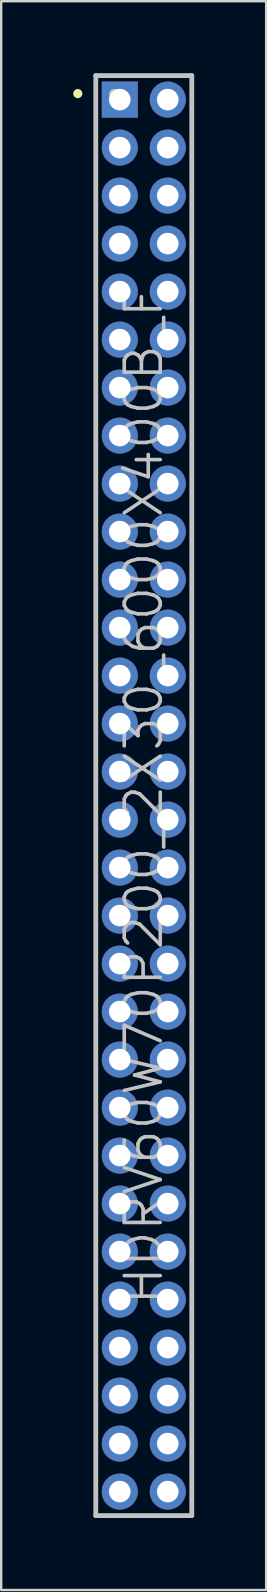
<source format=kicad_pcb>
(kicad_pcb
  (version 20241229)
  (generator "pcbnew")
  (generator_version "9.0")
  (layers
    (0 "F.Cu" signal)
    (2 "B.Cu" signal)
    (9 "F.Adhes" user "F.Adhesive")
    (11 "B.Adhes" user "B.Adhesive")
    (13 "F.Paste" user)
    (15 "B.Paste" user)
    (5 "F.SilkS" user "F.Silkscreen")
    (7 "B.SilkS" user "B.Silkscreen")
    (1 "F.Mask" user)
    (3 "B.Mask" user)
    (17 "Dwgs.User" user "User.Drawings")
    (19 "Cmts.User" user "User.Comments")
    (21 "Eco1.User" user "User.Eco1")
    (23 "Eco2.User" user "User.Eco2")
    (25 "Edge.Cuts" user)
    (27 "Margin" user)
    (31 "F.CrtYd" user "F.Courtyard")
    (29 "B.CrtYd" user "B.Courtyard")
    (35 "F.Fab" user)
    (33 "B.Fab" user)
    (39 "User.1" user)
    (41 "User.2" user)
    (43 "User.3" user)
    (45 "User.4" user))
  (footprint "HDRV60W70P200_2X30_6000X400B_F"
    (layer "F.Cu")
    (at 2.941 30.1)
    (property "Reference" "HDRV60W70P200_2X30_6000X400B_F" (at 0 0 90) (layer "Dwgs.User") (effects (font (size 1.5 1.5) (thickness 0.15))))
    (attr through_hole)
    (fp_line (start -2.75 -29.25) (end -2.75 -29.25) (stroke (width 0.381) (type solid)) (layer "F.SilkS"))
    (fp_line (start -2 -30) (end -2 30) (stroke (width 0.2) (type solid)) (layer "Dwgs.User"))
    (fp_line (start -2 -30) (end 2 -30) (stroke (width 0.2) (type solid)) (layer "Dwgs.User"))
    (fp_line (start -2 30) (end 2 30) (stroke (width 0.2) (type solid)) (layer "Dwgs.User"))
    (fp_line (start -1.25 -29.25) (end -1.25 -29.25) (stroke (width 0.381) (type solid)) (layer "Dwgs.User"))
    (fp_line (start 2 -30) (end 2 30) (stroke (width 0.2) (type solid)) (layer "Dwgs.User"))
    (pad "1" thru_hole rect (at -1 -29) (size 1.5 1.5) (drill 0.9) (layers "*.Cu" "*.Mask"))
    (pad "2" thru_hole circle (at 1 -29 270) (size 1.5 1.5) (drill 0.9) (layers "*.Cu" "*.Mask"))
    (pad "3" thru_hole circle (at -1 -27 270) (size 1.5 1.5) (drill 0.9) (layers "*.Cu" "*.Mask"))
    (pad "4" thru_hole circle (at 1 -27 270) (size 1.5 1.5) (drill 0.9) (layers "*.Cu" "*.Mask"))
    (pad "5" thru_hole circle (at -1 -25 270) (size 1.5 1.5) (drill 0.9) (layers "*.Cu" "*.Mask"))
    (pad "6" thru_hole circle (at 1 -25 270) (size 1.5 1.5) (drill 0.9) (layers "*.Cu" "*.Mask"))
    (pad "7" thru_hole circle (at -1 -23 270) (size 1.5 1.5) (drill 0.9) (layers "*.Cu" "*.Mask"))
    (pad "8" thru_hole circle (at 1 -23 270) (size 1.5 1.5) (drill 0.9) (layers "*.Cu" "*.Mask"))
    (pad "9" thru_hole circle (at -1 -21 270) (size 1.5 1.5) (drill 0.9) (layers "*.Cu" "*.Mask"))
    (pad "10" thru_hole circle (at 1 -21 270) (size 1.5 1.5) (drill 0.9) (layers "*.Cu" "*.Mask"))
    (pad "11" thru_hole circle (at -1 -19 270) (size 1.5 1.5) (drill 0.9) (layers "*.Cu" "*.Mask"))
    (pad "12" thru_hole circle (at 1 -19 270) (size 1.5 1.5) (drill 0.9) (layers "*.Cu" "*.Mask"))
    (pad "13" thru_hole circle (at -1 -17 270) (size 1.5 1.5) (drill 0.9) (layers "*.Cu" "*.Mask"))
    (pad "14" thru_hole circle (at 1 -17 270) (size 1.5 1.5) (drill 0.9) (layers "*.Cu" "*.Mask"))
    (pad "15" thru_hole circle (at -1 -15 270) (size 1.5 1.5) (drill 0.9) (layers "*.Cu" "*.Mask"))
    (pad "16" thru_hole circle (at 1 -15 270) (size 1.5 1.5) (drill 0.9) (layers "*.Cu" "*.Mask"))
    (pad "17" thru_hole circle (at -1 -13 270) (size 1.5 1.5) (drill 0.9) (layers "*.Cu" "*.Mask"))
    (pad "18" thru_hole circle (at 1 -13 270) (size 1.5 1.5) (drill 0.9) (layers "*.Cu" "*.Mask"))
    (pad "19" thru_hole circle (at -1 -11 270) (size 1.5 1.5) (drill 0.9) (layers "*.Cu" "*.Mask"))
    (pad "20" thru_hole circle (at 1 -11 270) (size 1.5 1.5) (drill 0.9) (layers "*.Cu" "*.Mask"))
    (pad "21" thru_hole circle (at -1 -9 270) (size 1.5 1.5) (drill 0.9) (layers "*.Cu" "*.Mask"))
    (pad "22" thru_hole circle (at 1 -9 270) (size 1.5 1.5) (drill 0.9) (layers "*.Cu" "*.Mask"))
    (pad "23" thru_hole circle (at -1 -7 270) (size 1.5 1.5) (drill 0.9) (layers "*.Cu" "*.Mask"))
    (pad "24" thru_hole circle (at 1 -7 270) (size 1.5 1.5) (drill 0.9) (layers "*.Cu" "*.Mask"))
    (pad "25" thru_hole circle (at -1 -5 270) (size 1.5 1.5) (drill 0.9) (layers "*.Cu" "*.Mask"))
    (pad "26" thru_hole circle (at 1 -5 270) (size 1.5 1.5) (drill 0.9) (layers "*.Cu" "*.Mask"))
    (pad "27" thru_hole circle (at -1 -3 270) (size 1.5 1.5) (drill 0.9) (layers "*.Cu" "*.Mask"))
    (pad "28" thru_hole circle (at 1 -3 270) (size 1.5 1.5) (drill 0.9) (layers "*.Cu" "*.Mask"))
    (pad "29" thru_hole circle (at -1 -1 270) (size 1.5 1.5) (drill 0.9) (layers "*.Cu" "*.Mask"))
    (pad "30" thru_hole circle (at 1 -1 270) (size 1.5 1.5) (drill 0.9) (layers "*.Cu" "*.Mask"))
    (pad "31" thru_hole circle (at -1 1 270) (size 1.5 1.5) (drill 0.9) (layers "*.Cu" "*.Mask"))
    (pad "32" thru_hole circle (at 1 1 270) (size 1.5 1.5) (drill 0.9) (layers "*.Cu" "*.Mask"))
    (pad "33" thru_hole circle (at -1 3 270) (size 1.5 1.5) (drill 0.9) (layers "*.Cu" "*.Mask"))
    (pad "34" thru_hole circle (at 1 3 270) (size 1.5 1.5) (drill 0.9) (layers "*.Cu" "*.Mask"))
    (pad "35" thru_hole circle (at -1 5 270) (size 1.5 1.5) (drill 0.9) (layers "*.Cu" "*.Mask"))
    (pad "36" thru_hole circle (at 1 5 270) (size 1.5 1.5) (drill 0.9) (layers "*.Cu" "*.Mask"))
    (pad "37" thru_hole circle (at -1 7 270) (size 1.5 1.5) (drill 0.9) (layers "*.Cu" "*.Mask"))
    (pad "38" thru_hole circle (at 1 7 270) (size 1.5 1.5) (drill 0.9) (layers "*.Cu" "*.Mask"))
    (pad "39" thru_hole circle (at -1 9 270) (size 1.5 1.5) (drill 0.9) (layers "*.Cu" "*.Mask"))
    (pad "40" thru_hole circle (at 1 9 270) (size 1.5 1.5) (drill 0.9) (layers "*.Cu" "*.Mask"))
    (pad "41" thru_hole circle (at -1 11 270) (size 1.5 1.5) (drill 0.9) (layers "*.Cu" "*.Mask"))
    (pad "42" thru_hole circle (at 1 11 270) (size 1.5 1.5) (drill 0.9) (layers "*.Cu" "*.Mask"))
    (pad "43" thru_hole circle (at -1 13 270) (size 1.5 1.5) (drill 0.9) (layers "*.Cu" "*.Mask"))
    (pad "44" thru_hole circle (at 1 13 270) (size 1.5 1.5) (drill 0.9) (layers "*.Cu" "*.Mask"))
    (pad "45" thru_hole circle (at -1 15 270) (size 1.5 1.5) (drill 0.9) (layers "*.Cu" "*.Mask"))
    (pad "46" thru_hole circle (at 1 15 270) (size 1.5 1.5) (drill 0.9) (layers "*.Cu" "*.Mask"))
    (pad "47" thru_hole circle (at -1 17 270) (size 1.5 1.5) (drill 0.9) (layers "*.Cu" "*.Mask"))
    (pad "48" thru_hole circle (at 1 17 270) (size 1.5 1.5) (drill 0.9) (layers "*.Cu" "*.Mask"))
    (pad "49" thru_hole circle (at -1 19 270) (size 1.5 1.5) (drill 0.9) (layers "*.Cu" "*.Mask"))
    (pad "50" thru_hole circle (at 1 19 270) (size 1.5 1.5) (drill 0.9) (layers "*.Cu" "*.Mask"))
    (pad "51" thru_hole circle (at -1 21 270) (size 1.5 1.5) (drill 0.9) (layers "*.Cu" "*.Mask"))
    (pad "52" thru_hole circle (at 1 21 270) (size 1.5 1.5) (drill 0.9) (layers "*.Cu" "*.Mask"))
    (pad "53" thru_hole circle (at -1 23 270) (size 1.5 1.5) (drill 0.9) (layers "*.Cu" "*.Mask"))
    (pad "54" thru_hole circle (at 1 23 270) (size 1.5 1.5) (drill 0.9) (layers "*.Cu" "*.Mask"))
    (pad "55" thru_hole circle (at -1 25 270) (size 1.5 1.5) (drill 0.9) (layers "*.Cu" "*.Mask"))
    (pad "56" thru_hole circle (at 1 25 270) (size 1.5 1.5) (drill 0.9) (layers "*.Cu" "*.Mask"))
    (pad "57" thru_hole circle (at -1 27 270) (size 1.5 1.5) (drill 0.9) (layers "*.Cu" "*.Mask"))
    (pad "58" thru_hole circle (at 1 27 270) (size 1.5 1.5) (drill 0.9) (layers "*.Cu" "*.Mask"))
    (pad "59" thru_hole circle (at -1 29 270) (size 1.5 1.5) (drill 0.9) (layers "*.Cu" "*.Mask"))
    (pad "60" thru_hole circle (at 1 29 270) (size 1.5 1.5) (drill 0.9) (layers "*.Cu" "*.Mask")))
  (gr_rect
    (start -3 -3)
    (end 8.04 63.2)
    (stroke (width 0.1) (type default))
    (fill no)
    (layer "Edge.Cuts")))
</source>
